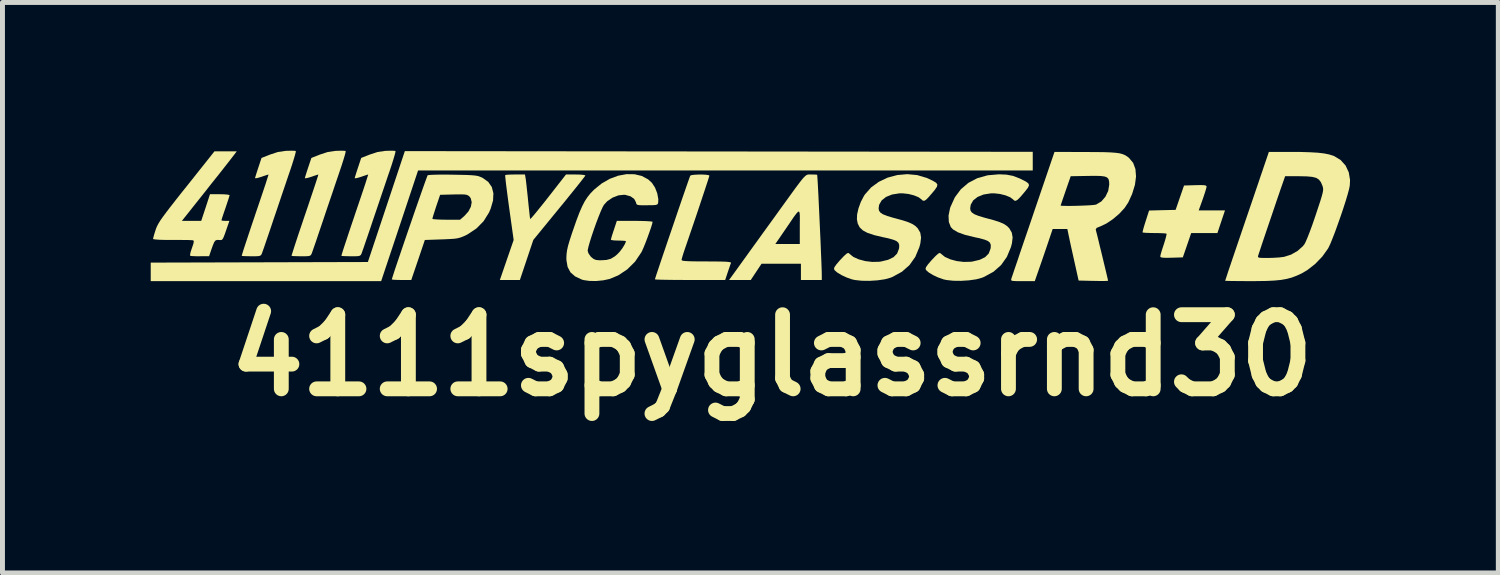
<source format=kicad_pcb>
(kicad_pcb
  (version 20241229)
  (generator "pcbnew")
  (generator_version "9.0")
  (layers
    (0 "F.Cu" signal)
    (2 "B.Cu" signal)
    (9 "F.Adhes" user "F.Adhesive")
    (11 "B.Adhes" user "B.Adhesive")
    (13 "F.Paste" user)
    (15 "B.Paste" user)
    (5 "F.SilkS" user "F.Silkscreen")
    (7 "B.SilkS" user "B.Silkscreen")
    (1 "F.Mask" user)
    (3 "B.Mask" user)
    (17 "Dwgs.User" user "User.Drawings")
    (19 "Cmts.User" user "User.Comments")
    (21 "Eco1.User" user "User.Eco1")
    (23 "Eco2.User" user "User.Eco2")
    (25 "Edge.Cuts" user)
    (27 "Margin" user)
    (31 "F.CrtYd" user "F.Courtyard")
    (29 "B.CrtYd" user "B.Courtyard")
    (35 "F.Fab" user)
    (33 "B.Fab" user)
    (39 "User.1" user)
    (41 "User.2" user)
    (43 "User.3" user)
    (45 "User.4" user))
  (footprint "4111spyglassrnd30"
    (layer "F.Cu")
    (at 12.571 4.14)
    (property "Reference" "4111spyglassrnd30" (at 0 0 0) (layer "F.SilkS") (effects (font (size 1.5 1.5) (thickness 0.3))))
    (attr board_only exclude_from_pos_files exclude_from_bom)
    (fp_poly (pts (xy -1.076 -4.125) (xy 5.277 -4.118) (xy 5.277 -3.929) (xy 5.277 -3.741) (xy -0.942 -3.741) (xy -7.161 -3.741) (xy -7.534 -2.621) (xy -7.908 -1.501) (xy -10.239 -1.501) (xy -12.571 -1.501) (xy -12.571 -1.689) (xy -12.571 -1.876) (xy -10.374 -1.882) (xy -8.177 -1.888) (xy -7.803 -3.01) (xy -7.429 -4.132)) (stroke (width 0) (type solid)) (fill yes) (layer "F.SilkS"))
    (fp_poly (pts (xy -4.985 -3.583) (xy -4.978 -3.533) (xy -4.968 -3.447) (xy -4.956 -3.334) (xy -4.942 -3.206) (xy -4.936 -3.143) (xy -4.923 -3.016) (xy -4.911 -2.906) (xy -4.902 -2.821) (xy -4.895 -2.769) (xy -4.893 -2.758) (xy -4.878 -2.77) (xy -4.838 -2.814) (xy -4.777 -2.887) (xy -4.7 -2.982) (xy -4.609 -3.095) (xy -4.528 -3.198) (xy -4.168 -3.659) (xy -3.972 -3.659) (xy -3.883 -3.657) (xy -3.815 -3.651) (xy -3.779 -3.643) (xy -3.776 -3.64) (xy -3.79 -3.618) (xy -3.831 -3.564) (xy -3.895 -3.482) (xy -3.979 -3.377) (xy -4.079 -3.253) (xy -4.192 -3.113) (xy -4.303 -2.978) (xy -4.829 -2.335) (xy -4.965 -1.93) (xy -5.101 -1.524) (xy -5.304 -1.524) (xy -5.506 -1.524) (xy -5.367 -1.929) (xy -5.227 -2.334) (xy -5.318 -2.985) (xy -5.341 -3.154) (xy -5.361 -3.308) (xy -5.378 -3.44) (xy -5.39 -3.544) (xy -5.397 -3.615) (xy -5.398 -3.647) (xy -5.398 -3.648) (xy -5.371 -3.653) (xy -5.308 -3.657) (xy -5.223 -3.659) (xy -5.192 -3.659) (xy -4.998 -3.659)) (stroke (width 0) (type solid)) (fill yes) (layer "F.SilkS"))
    (fp_poly (pts (xy 8.742 -3.443) (xy 8.779 -3.435) (xy 8.794 -3.422) (xy 8.795 -3.414) (xy 8.787 -3.378) (xy 8.767 -3.31) (xy 8.737 -3.219) (xy 8.715 -3.155) (xy 8.635 -2.932) (xy 8.901 -2.932) (xy 9.167 -2.932) (xy 9.09 -2.703) (xy 9.014 -2.474) (xy 8.749 -2.474) (xy 8.483 -2.474) (xy 8.399 -2.228) (xy 8.314 -1.982) (xy 8.086 -1.975) (xy 7.976 -1.973) (xy 7.906 -1.976) (xy 7.869 -1.984) (xy 7.857 -1.998) (xy 7.857 -2) (xy 7.864 -2.035) (xy 7.883 -2.103) (xy 7.911 -2.191) (xy 7.927 -2.239) (xy 7.956 -2.331) (xy 7.976 -2.405) (xy 7.985 -2.451) (xy 7.984 -2.461) (xy 7.956 -2.467) (xy 7.892 -2.471) (xy 7.803 -2.474) (xy 7.738 -2.474) (xy 7.639 -2.476) (xy 7.56 -2.479) (xy 7.51 -2.484) (xy 7.499 -2.487) (xy 7.503 -2.514) (xy 7.519 -2.575) (xy 7.544 -2.659) (xy 7.562 -2.715) (xy 7.631 -2.93) (xy 7.9 -2.937) (xy 8.168 -2.943) (xy 8.253 -3.19) (xy 8.338 -3.436) (xy 8.566 -3.443) (xy 8.674 -3.445)) (stroke (width 0) (type solid)) (fill yes) (layer "F.SilkS"))
    (fp_poly (pts (xy -9.667 -4.139) (xy -9.635 -4.135) (xy -9.635 -4.135) (xy -9.637 -4.111) (xy -9.652 -4.051) (xy -9.679 -3.96) (xy -9.714 -3.848) (xy -9.748 -3.746) (xy -9.793 -3.616) (xy -9.848 -3.452) (xy -9.911 -3.267) (xy -9.977 -3.071) (xy -10.043 -2.876) (xy -10.088 -2.744) (xy -10.143 -2.579) (xy -10.195 -2.426) (xy -10.241 -2.292) (xy -10.278 -2.183) (xy -10.306 -2.105) (xy -10.32 -2.064) (xy -10.321 -2.063) (xy -10.335 -2.033) (xy -10.357 -2.015) (xy -10.396 -2.007) (xy -10.464 -2.004) (xy -10.533 -2.004) (xy -10.622 -2.006) (xy -10.69 -2.008) (xy -10.727 -2.012) (xy -10.73 -2.013) (xy -10.724 -2.036) (xy -10.705 -2.099) (xy -10.674 -2.196) (xy -10.632 -2.322) (xy -10.582 -2.473) (xy -10.525 -2.644) (xy -10.462 -2.829) (xy -10.459 -2.84) (xy -10.396 -3.025) (xy -10.338 -3.196) (xy -10.287 -3.348) (xy -10.245 -3.474) (xy -10.214 -3.572) (xy -10.194 -3.635) (xy -10.187 -3.659) (xy -10.187 -3.659) (xy -10.212 -3.652) (xy -10.267 -3.634) (xy -10.328 -3.613) (xy -10.397 -3.592) (xy -10.445 -3.582) (xy -10.46 -3.585) (xy -10.453 -3.614) (xy -10.434 -3.675) (xy -10.407 -3.759) (xy -10.394 -3.798) (xy -10.329 -3.994) (xy -10.154 -4.063) (xy -9.998 -4.114) (xy -9.849 -4.136) (xy -9.815 -4.138) (xy -9.731 -4.14)) (stroke (width 0) (type solid)) (fill yes) (layer "F.SilkS"))
    (fp_poly (pts (xy -8.658 -4.139) (xy -8.627 -4.135) (xy -8.626 -4.135) (xy -8.628 -4.111) (xy -8.643 -4.051) (xy -8.67 -3.96) (xy -8.706 -3.848) (xy -8.74 -3.746) (xy -8.784 -3.616) (xy -8.84 -3.452) (xy -8.902 -3.267) (xy -8.969 -3.071) (xy -9.035 -2.876) (xy -9.079 -2.744) (xy -9.135 -2.579) (xy -9.187 -2.426) (xy -9.232 -2.292) (xy -9.27 -2.183) (xy -9.297 -2.105) (xy -9.312 -2.064) (xy -9.312 -2.063) (xy -9.327 -2.033) (xy -9.348 -2.015) (xy -9.388 -2.007) (xy -9.456 -2.004) (xy -9.525 -2.004) (xy -9.614 -2.006) (xy -9.682 -2.008) (xy -9.718 -2.012) (xy -9.721 -2.013) (xy -9.716 -2.036) (xy -9.696 -2.099) (xy -9.665 -2.196) (xy -9.624 -2.322) (xy -9.574 -2.473) (xy -9.516 -2.644) (xy -9.454 -2.829) (xy -9.45 -2.84) (xy -9.387 -3.025) (xy -9.33 -3.196) (xy -9.279 -3.348) (xy -9.237 -3.474) (xy -9.205 -3.572) (xy -9.185 -3.635) (xy -9.179 -3.659) (xy -9.179 -3.659) (xy -9.203 -3.652) (xy -9.259 -3.634) (xy -9.319 -3.613) (xy -9.389 -3.592) (xy -9.437 -3.582) (xy -9.452 -3.585) (xy -9.445 -3.614) (xy -9.426 -3.675) (xy -9.399 -3.759) (xy -9.386 -3.798) (xy -9.32 -3.994) (xy -9.145 -4.063) (xy -8.989 -4.114) (xy -8.84 -4.136) (xy -8.807 -4.138) (xy -8.723 -4.14)) (stroke (width 0) (type solid)) (fill yes) (layer "F.SilkS"))
    (fp_poly (pts (xy -7.65 -4.139) (xy -7.618 -4.135) (xy -7.618 -4.135) (xy -7.62 -4.111) (xy -7.635 -4.051) (xy -7.662 -3.96) (xy -7.697 -3.848) (xy -7.731 -3.746) (xy -7.776 -3.616) (xy -7.831 -3.452) (xy -7.894 -3.267) (xy -7.96 -3.071) (xy -8.026 -2.876) (xy -8.071 -2.744) (xy -8.126 -2.579) (xy -8.178 -2.426) (xy -8.224 -2.292) (xy -8.261 -2.183) (xy -8.289 -2.105) (xy -8.303 -2.064) (xy -8.304 -2.063) (xy -8.318 -2.033) (xy -8.34 -2.015) (xy -8.379 -2.007) (xy -8.447 -2.004) (xy -8.516 -2.004) (xy -8.605 -2.006) (xy -8.673 -2.008) (xy -8.71 -2.012) (xy -8.713 -2.013) (xy -8.707 -2.036) (xy -8.688 -2.099) (xy -8.657 -2.196) (xy -8.615 -2.322) (xy -8.565 -2.473) (xy -8.508 -2.644) (xy -8.445 -2.829) (xy -8.442 -2.84) (xy -8.379 -3.025) (xy -8.321 -3.196) (xy -8.27 -3.348) (xy -8.228 -3.474) (xy -8.197 -3.572) (xy -8.177 -3.635) (xy -8.17 -3.659) (xy -8.17 -3.659) (xy -8.195 -3.652) (xy -8.25 -3.634) (xy -8.311 -3.613) (xy -8.38 -3.592) (xy -8.428 -3.582) (xy -8.443 -3.585) (xy -8.436 -3.614) (xy -8.417 -3.675) (xy -8.39 -3.759) (xy -8.377 -3.798) (xy -8.312 -3.994) (xy -8.137 -4.063) (xy -7.981 -4.114) (xy -7.832 -4.136) (xy -7.798 -4.138) (xy -7.714 -4.14)) (stroke (width 0) (type solid)) (fill yes) (layer "F.SilkS"))
    (fp_poly (pts (xy 0.78 -3.659) (xy 0.799 -3.659) (xy 0.866 -3.658) (xy 0.908 -3.655) (xy 0.915 -3.653) (xy 0.919 -3.602) (xy 0.925 -3.511) (xy 0.932 -3.386) (xy 0.94 -3.233) (xy 0.948 -3.059) (xy 0.957 -2.871) (xy 0.966 -2.674) (xy 0.975 -2.476) (xy 0.984 -2.283) (xy 0.991 -2.101) (xy 0.998 -1.937) (xy 1.003 -1.798) (xy 1.007 -1.688) (xy 1.008 -1.616) (xy 1.008 -1.605) (xy 1.008 -1.524) (xy 0.797 -1.524) (xy 0.586 -1.524) (xy 0.586 -1.689) (xy 0.586 -1.853) (xy 0.188 -1.853) (xy -0.211 -1.853) (xy -0.32 -1.689) (xy -0.429 -1.524) (xy -0.648 -1.524) (xy -0.868 -1.524) (xy -0.559 -1.952) (xy -0.457 -2.094) (xy -0.343 -2.252) (xy 0.068 -2.252) (xy 0.316 -2.252) (xy 0.563 -2.252) (xy 0.563 -2.606) (xy 0.564 -2.732) (xy 0.564 -2.824) (xy 0.559 -2.884) (xy 0.547 -2.91) (xy 0.524 -2.902) (xy 0.486 -2.859) (xy 0.429 -2.781) (xy 0.351 -2.665) (xy 0.273 -2.551) (xy 0.068 -2.252) (xy -0.343 -2.252) (xy -0.335 -2.262) (xy -0.203 -2.446) (xy -0.067 -2.634) (xy 0.065 -2.816) (xy 0.148 -2.932) (xy 0.282 -3.117) (xy 0.391 -3.268) (xy 0.478 -3.388) (xy 0.548 -3.481) (xy 0.601 -3.55) (xy 0.643 -3.599) (xy 0.676 -3.631) (xy 0.703 -3.649) (xy 0.727 -3.658) (xy 0.752 -3.66)) (stroke (width 0) (type solid)) (fill yes) (layer "F.SilkS"))
    (fp_poly (pts (xy -1.407 -3.658) (xy -1.334 -3.654) (xy -1.283 -3.646) (xy -1.266 -3.636) (xy -1.274 -3.609) (xy -1.294 -3.544) (xy -1.326 -3.447) (xy -1.367 -3.322) (xy -1.415 -3.178) (xy -1.468 -3.018) (xy -1.524 -2.851) (xy -1.582 -2.68) (xy -1.639 -2.513) (xy -1.693 -2.355) (xy -1.742 -2.212) (xy -1.756 -2.172) (xy -1.788 -2.077) (xy -1.813 -1.997) (xy -1.827 -1.944) (xy -1.829 -1.931) (xy -1.821 -1.92) (xy -1.793 -1.912) (xy -1.739 -1.907) (xy -1.655 -1.903) (xy -1.536 -1.901) (xy -1.377 -1.9) (xy -1.323 -1.9) (xy -1.15 -1.899) (xy -1.02 -1.897) (xy -0.927 -1.894) (xy -0.867 -1.888) (xy -0.836 -1.881) (xy -0.829 -1.871) (xy -0.829 -1.87) (xy -0.842 -1.835) (xy -0.865 -1.768) (xy -0.893 -1.686) (xy -0.894 -1.683) (xy -0.947 -1.524) (xy -1.658 -1.524) (xy -1.835 -1.525) (xy -1.996 -1.526) (xy -2.136 -1.528) (xy -2.247 -1.53) (xy -2.326 -1.533) (xy -2.365 -1.536) (xy -2.369 -1.537) (xy -2.361 -1.562) (xy -2.341 -1.626) (xy -2.308 -1.724) (xy -2.266 -1.85) (xy -2.216 -1.999) (xy -2.159 -2.166) (xy -2.099 -2.344) (xy -2.035 -2.53) (xy -1.971 -2.718) (xy -1.909 -2.901) (xy -1.849 -3.076) (xy -1.794 -3.236) (xy -1.745 -3.377) (xy -1.705 -3.492) (xy -1.675 -3.577) (xy -1.657 -3.626) (xy -1.653 -3.636) (xy -1.625 -3.647) (xy -1.566 -3.654) (xy -1.489 -3.658)) (stroke (width 0) (type solid)) (fill yes) (layer "F.SilkS"))
    (fp_poly (pts (xy -10.897 -4.04) (xy -10.933 -3.993) (xy -10.997 -3.911) (xy -11.087 -3.796) (xy -11.202 -3.65) (xy -11.341 -3.476) (xy -11.5 -3.274) (xy -11.68 -3.048) (xy -11.814 -2.879) (xy -11.94 -2.721) (xy -11.745 -2.721) (xy -11.549 -2.721) (xy -11.46 -2.99) (xy -11.372 -3.26) (xy -11.174 -3.26) (xy -11.084 -3.258) (xy -11.016 -3.252) (xy -10.979 -3.244) (xy -10.976 -3.24) (xy -10.983 -3.211) (xy -11.003 -3.148) (xy -11.032 -3.06) (xy -11.058 -2.982) (xy -11.092 -2.884) (xy -11.119 -2.803) (xy -11.136 -2.749) (xy -11.14 -2.732) (xy -11.12 -2.724) (xy -11.069 -2.721) (xy -11.06 -2.721) (xy -10.979 -2.721) (xy -11.034 -2.562) (xy -11.07 -2.458) (xy -11.096 -2.391) (xy -11.116 -2.352) (xy -11.136 -2.335) (xy -11.161 -2.332) (xy -11.189 -2.334) (xy -11.231 -2.335) (xy -11.261 -2.323) (xy -11.286 -2.291) (xy -11.312 -2.23) (xy -11.342 -2.147) (xy -11.39 -2.006) (xy -11.568 -2.005) (xy -11.657 -2.005) (xy -11.728 -2.008) (xy -11.767 -2.011) (xy -11.77 -2.012) (xy -11.775 -2.037) (xy -11.762 -2.096) (xy -11.738 -2.169) (xy -11.708 -2.256) (xy -11.699 -2.307) (xy -11.71 -2.327) (xy -11.71 -2.327) (xy -11.742 -2.33) (xy -11.812 -2.333) (xy -11.913 -2.334) (xy -12.035 -2.335) (xy -12.131 -2.335) (xy -12.273 -2.335) (xy -12.389 -2.338) (xy -12.472 -2.344) (xy -12.517 -2.351) (xy -12.524 -2.355) (xy -12.517 -2.387) (xy -12.5 -2.45) (xy -12.474 -2.531) (xy -12.473 -2.536) (xy -12.458 -2.579) (xy -12.438 -2.623) (xy -12.411 -2.673) (xy -12.375 -2.731) (xy -12.325 -2.802) (xy -12.259 -2.891) (xy -12.175 -3.001) (xy -12.068 -3.138) (xy -11.937 -3.304) (xy -11.851 -3.411) (xy -11.281 -4.128) (xy -11.055 -4.128) (xy -10.83 -4.128)) (stroke (width 0) (type solid)) (fill yes) (layer "F.SilkS"))
    (fp_poly (pts (xy -6.5 -3.656) (xy -6.457 -3.655) (xy -6.293 -3.652) (xy -6.167 -3.649) (xy -6.074 -3.644) (xy -6.006 -3.638) (xy -5.954 -3.629) (xy -5.913 -3.616) (xy -5.873 -3.599) (xy -5.851 -3.588) (xy -5.741 -3.509) (xy -5.669 -3.405) (xy -5.637 -3.279) (xy -5.644 -3.133) (xy -5.692 -2.968) (xy -5.726 -2.889) (xy -5.835 -2.714) (xy -5.981 -2.566) (xy -6.16 -2.447) (xy -6.184 -2.435) (xy -6.248 -2.405) (xy -6.303 -2.384) (xy -6.359 -2.369) (xy -6.428 -2.359) (xy -6.519 -2.353) (xy -6.644 -2.347) (xy -6.682 -2.346) (xy -7.024 -2.334) (xy -7.161 -1.929) (xy -7.299 -1.524) (xy -7.496 -1.524) (xy -7.585 -1.526) (xy -7.653 -1.529) (xy -7.69 -1.534) (xy -7.693 -1.536) (xy -7.685 -1.563) (xy -7.664 -1.629) (xy -7.632 -1.729) (xy -7.589 -1.856) (xy -7.538 -2.006) (xy -7.481 -2.174) (xy -7.42 -2.353) (xy -7.356 -2.54) (xy -7.291 -2.728) (xy -7.279 -2.763) (xy -6.872 -2.763) (xy -6.85 -2.755) (xy -6.79 -2.75) (xy -6.702 -2.746) (xy -6.593 -2.744) (xy -6.591 -2.744) (xy -6.311 -2.744) (xy -6.224 -2.82) (xy -6.143 -2.91) (xy -6.093 -3.006) (xy -6.076 -3.098) (xy -6.096 -3.179) (xy -6.122 -3.214) (xy -6.147 -3.234) (xy -6.178 -3.248) (xy -6.225 -3.255) (xy -6.297 -3.257) (xy -6.404 -3.256) (xy -6.442 -3.255) (xy -6.715 -3.248) (xy -6.794 -3.015) (xy -6.826 -2.916) (xy -6.852 -2.835) (xy -6.868 -2.78) (xy -6.872 -2.763) (xy -7.279 -2.763) (xy -7.228 -2.912) (xy -7.167 -3.086) (xy -7.111 -3.246) (xy -7.062 -3.386) (xy -7.021 -3.501) (xy -6.99 -3.585) (xy -6.972 -3.633) (xy -6.968 -3.643) (xy -6.939 -3.649) (xy -6.871 -3.653) (xy -6.77 -3.656) (xy -6.644 -3.657)) (stroke (width 0) (type solid)) (fill yes) (layer "F.SilkS"))
    (fp_poly (pts (xy 4.747 -3.656) (xy 4.876 -3.631) (xy 5.005 -3.582) (xy 5.054 -3.559) (xy 5.14 -3.515) (xy 5.188 -3.479) (xy 5.202 -3.442) (xy 5.181 -3.393) (xy 5.128 -3.324) (xy 5.094 -3.283) (xy 5.021 -3.198) (xy 4.969 -3.147) (xy 4.932 -3.126) (xy 4.904 -3.131) (xy 4.879 -3.154) (xy 4.819 -3.199) (xy 4.726 -3.237) (xy 4.615 -3.265) (xy 4.499 -3.278) (xy 4.433 -3.278) (xy 4.282 -3.254) (xy 4.161 -3.205) (xy 4.072 -3.135) (xy 4.022 -3.047) (xy 4.011 -2.976) (xy 4.018 -2.928) (xy 4.046 -2.889) (xy 4.1 -2.853) (xy 4.186 -2.819) (xy 4.311 -2.782) (xy 4.353 -2.771) (xy 4.503 -2.73) (xy 4.614 -2.693) (xy 4.695 -2.657) (xy 4.754 -2.618) (xy 4.799 -2.574) (xy 4.805 -2.566) (xy 4.853 -2.482) (xy 4.87 -2.384) (xy 4.856 -2.266) (xy 4.835 -2.187) (xy 4.753 -1.991) (xy 4.636 -1.826) (xy 4.484 -1.692) (xy 4.296 -1.589) (xy 4.251 -1.57) (xy 4.133 -1.538) (xy 3.986 -1.517) (xy 3.825 -1.507) (xy 3.668 -1.509) (xy 3.53 -1.524) (xy 3.472 -1.537) (xy 3.363 -1.575) (xy 3.259 -1.624) (xy 3.172 -1.677) (xy 3.121 -1.722) (xy 3.107 -1.75) (xy 3.118 -1.785) (xy 3.157 -1.84) (xy 3.162 -1.846) (xy 3.226 -1.921) (xy 3.297 -1.996) (xy 3.313 -2.012) (xy 3.363 -2.057) (xy 3.393 -2.072) (xy 3.415 -2.062) (xy 3.425 -2.051) (xy 3.5 -1.991) (xy 3.609 -1.942) (xy 3.74 -1.907) (xy 3.88 -1.89) (xy 4.018 -1.893) (xy 4.054 -1.897) (xy 4.204 -1.933) (xy 4.313 -1.986) (xy 4.385 -2.059) (xy 4.422 -2.155) (xy 4.426 -2.177) (xy 4.428 -2.233) (xy 4.412 -2.277) (xy 4.373 -2.311) (xy 4.305 -2.34) (xy 4.201 -2.369) (xy 4.092 -2.392) (xy 3.905 -2.438) (xy 3.763 -2.489) (xy 3.666 -2.546) (xy 3.619 -2.595) (xy 3.579 -2.698) (xy 3.573 -2.827) (xy 3.603 -2.976) (xy 3.611 -3) (xy 3.7 -3.196) (xy 3.822 -3.36) (xy 3.975 -3.49) (xy 4.157 -3.585) (xy 4.365 -3.643) (xy 4.595 -3.663)) (stroke (width 0) (type solid)) (fill yes) (layer "F.SilkS"))
    (fp_poly (pts (xy 2.939 -3.647) (xy 3.131 -3.59) (xy 3.159 -3.578) (xy 3.261 -3.529) (xy 3.323 -3.491) (xy 3.348 -3.454) (xy 3.337 -3.409) (xy 3.294 -3.346) (xy 3.241 -3.283) (xy 3.168 -3.198) (xy 3.117 -3.147) (xy 3.08 -3.126) (xy 3.051 -3.131) (xy 3.026 -3.154) (xy 2.966 -3.199) (xy 2.873 -3.237) (xy 2.762 -3.265) (xy 2.646 -3.278) (xy 2.58 -3.278) (xy 2.43 -3.254) (xy 2.308 -3.205) (xy 2.22 -3.135) (xy 2.169 -3.047) (xy 2.158 -2.976) (xy 2.166 -2.928) (xy 2.193 -2.889) (xy 2.247 -2.853) (xy 2.334 -2.819) (xy 2.458 -2.782) (xy 2.5 -2.771) (xy 2.65 -2.73) (xy 2.761 -2.693) (xy 2.842 -2.657) (xy 2.901 -2.618) (xy 2.946 -2.574) (xy 2.952 -2.566) (xy 3.001 -2.482) (xy 3.017 -2.384) (xy 3.003 -2.266) (xy 2.982 -2.187) (xy 2.9 -1.991) (xy 2.783 -1.826) (xy 2.631 -1.692) (xy 2.444 -1.589) (xy 2.398 -1.57) (xy 2.28 -1.538) (xy 2.133 -1.517) (xy 1.973 -1.507) (xy 1.815 -1.509) (xy 1.678 -1.524) (xy 1.619 -1.537) (xy 1.511 -1.575) (xy 1.406 -1.624) (xy 1.319 -1.677) (xy 1.268 -1.722) (xy 1.255 -1.75) (xy 1.265 -1.785) (xy 1.304 -1.84) (xy 1.309 -1.846) (xy 1.373 -1.921) (xy 1.444 -1.996) (xy 1.46 -2.012) (xy 1.51 -2.057) (xy 1.54 -2.072) (xy 1.563 -2.062) (xy 1.572 -2.051) (xy 1.647 -1.991) (xy 1.756 -1.942) (xy 1.887 -1.907) (xy 2.027 -1.89) (xy 2.165 -1.893) (xy 2.201 -1.897) (xy 2.351 -1.933) (xy 2.46 -1.986) (xy 2.532 -2.059) (xy 2.569 -2.155) (xy 2.573 -2.177) (xy 2.575 -2.233) (xy 2.559 -2.277) (xy 2.521 -2.311) (xy 2.452 -2.34) (xy 2.348 -2.369) (xy 2.239 -2.392) (xy 2.066 -2.433) (xy 1.934 -2.477) (xy 1.839 -2.528) (xy 1.775 -2.589) (xy 1.736 -2.665) (xy 1.719 -2.75) (xy 1.723 -2.852) (xy 1.751 -2.975) (xy 1.798 -3.104) (xy 1.86 -3.223) (xy 1.879 -3.253) (xy 2.005 -3.396) (xy 2.162 -3.511) (xy 2.342 -3.596) (xy 2.537 -3.648) (xy 2.738 -3.666)) (stroke (width 0) (type solid)) (fill yes) (layer "F.SilkS"))
    (fp_poly (pts (xy 6.347 -4.114) (xy 6.555 -4.113) (xy 6.723 -4.111) (xy 6.855 -4.106) (xy 6.958 -4.098) (xy 7.037 -4.087) (xy 7.099 -4.07) (xy 7.149 -4.048) (xy 7.193 -4.02) (xy 7.227 -3.992) (xy 7.309 -3.894) (xy 7.355 -3.768) (xy 7.367 -3.619) (xy 7.345 -3.45) (xy 7.288 -3.265) (xy 7.211 -3.095) (xy 7.135 -2.981) (xy 7.027 -2.864) (xy 6.9 -2.756) (xy 6.767 -2.667) (xy 6.641 -2.607) (xy 6.631 -2.604) (xy 6.571 -2.579) (xy 6.552 -2.551) (xy 6.554 -2.537) (xy 6.562 -2.503) (xy 6.58 -2.433) (xy 6.604 -2.336) (xy 6.632 -2.218) (xy 6.664 -2.089) (xy 6.696 -1.956) (xy 6.727 -1.827) (xy 6.755 -1.71) (xy 6.778 -1.613) (xy 6.794 -1.544) (xy 6.801 -1.511) (xy 6.801 -1.509) (xy 6.78 -1.506) (xy 6.719 -1.504) (xy 6.63 -1.504) (xy 6.52 -1.506) (xy 6.503 -1.506) (xy 6.205 -1.513) (xy 6.119 -1.9) (xy 6.088 -2.04) (xy 6.058 -2.175) (xy 6.032 -2.294) (xy 6.013 -2.385) (xy 6.005 -2.422) (xy 5.977 -2.556) (xy 5.829 -2.556) (xy 5.68 -2.556) (xy 5.599 -2.316) (xy 5.557 -2.192) (xy 5.507 -2.045) (xy 5.455 -1.894) (xy 5.418 -1.788) (xy 5.318 -1.501) (xy 5.073 -1.501) (xy 4.964 -1.501) (xy 4.894 -1.504) (xy 4.855 -1.509) (xy 4.84 -1.521) (xy 4.841 -1.54) (xy 4.845 -1.554) (xy 4.855 -1.585) (xy 4.88 -1.657) (xy 4.916 -1.765) (xy 4.964 -1.904) (xy 5.02 -2.072) (xy 5.085 -2.263) (xy 5.157 -2.473) (xy 5.234 -2.698) (xy 5.289 -2.861) (xy 5.347 -3.031) (xy 5.841 -3.031) (xy 5.862 -3.026) (xy 5.92 -3.024) (xy 6.005 -3.023) (xy 6.108 -3.024) (xy 6.219 -3.027) (xy 6.329 -3.031) (xy 6.428 -3.036) (xy 6.506 -3.042) (xy 6.553 -3.049) (xy 6.56 -3.051) (xy 6.664 -3.113) (xy 6.748 -3.21) (xy 6.804 -3.327) (xy 6.825 -3.454) (xy 6.825 -3.455) (xy 6.822 -3.519) (xy 6.81 -3.566) (xy 6.781 -3.599) (xy 6.731 -3.619) (xy 6.652 -3.629) (xy 6.538 -3.632) (xy 6.391 -3.63) (xy 6.045 -3.624) (xy 5.943 -3.33) (xy 5.906 -3.222) (xy 5.874 -3.13) (xy 5.852 -3.064) (xy 5.841 -3.033) (xy 5.841 -3.031) (xy 5.347 -3.031) (xy 5.717 -4.116)) (stroke (width 0) (type solid)) (fill yes) (layer "F.SilkS"))
    (fp_poly (pts (xy -2.78 -3.664) (xy -2.633 -3.629) (xy -2.505 -3.56) (xy -2.429 -3.49) (xy -2.366 -3.393) (xy -2.321 -3.277) (xy -2.3 -3.161) (xy -2.302 -3.096) (xy -2.308 -3.069) (xy -2.322 -3.052) (xy -2.355 -3.042) (xy -2.414 -3.038) (xy -2.51 -3.037) (xy -2.525 -3.036) (xy -2.626 -3.036) (xy -2.69 -3.039) (xy -2.726 -3.047) (xy -2.743 -3.062) (xy -2.751 -3.089) (xy -2.752 -3.097) (xy -2.789 -3.166) (xy -2.862 -3.217) (xy -2.965 -3.246) (xy -2.991 -3.249) (xy -3.106 -3.237) (xy -3.225 -3.191) (xy -3.333 -3.118) (xy -3.401 -3.044) (xy -3.429 -2.993) (xy -3.467 -2.908) (xy -3.511 -2.798) (xy -3.559 -2.672) (xy -3.606 -2.539) (xy -3.65 -2.409) (xy -3.687 -2.291) (xy -3.714 -2.195) (xy -3.728 -2.129) (xy -3.729 -2.115) (xy -3.713 -2.064) (xy -3.673 -2.005) (xy -3.661 -1.992) (xy -3.612 -1.951) (xy -3.562 -1.93) (xy -3.491 -1.923) (xy -3.463 -1.923) (xy -3.349 -1.93) (xy -3.262 -1.953) (xy -3.182 -2.001) (xy -3.132 -2.043) (xy -3.08 -2.097) (xy -3.027 -2.167) (xy -2.984 -2.237) (xy -2.958 -2.293) (xy -2.955 -2.309) (xy -2.977 -2.316) (xy -3.033 -2.32) (xy -3.108 -2.322) (xy -3.185 -2.324) (xy -3.24 -2.331) (xy -3.26 -2.339) (xy -3.253 -2.368) (xy -3.235 -2.43) (xy -3.208 -2.513) (xy -3.199 -2.539) (xy -3.139 -2.721) (xy -2.777 -2.721) (xy -2.653 -2.719) (xy -2.547 -2.716) (xy -2.468 -2.711) (xy -2.423 -2.705) (xy -2.416 -2.702) (xy -2.424 -2.661) (xy -2.446 -2.588) (xy -2.479 -2.494) (xy -2.517 -2.388) (xy -2.557 -2.282) (xy -2.596 -2.186) (xy -2.629 -2.111) (xy -2.643 -2.084) (xy -2.77 -1.896) (xy -2.927 -1.74) (xy -3.11 -1.618) (xy -3.286 -1.545) (xy -3.411 -1.518) (xy -3.552 -1.504) (xy -3.69 -1.505) (xy -3.809 -1.522) (xy -3.849 -1.533) (xy -3.984 -1.597) (xy -4.078 -1.68) (xy -4.135 -1.787) (xy -4.159 -1.924) (xy -4.16 -1.982) (xy -4.156 -2.054) (xy -4.146 -2.127) (xy -4.127 -2.213) (xy -4.096 -2.319) (xy -4.052 -2.455) (xy -4.025 -2.533) (xy -3.957 -2.729) (xy -3.897 -2.887) (xy -3.842 -3.013) (xy -3.789 -3.116) (xy -3.733 -3.202) (xy -3.672 -3.278) (xy -3.601 -3.351) (xy -3.598 -3.354) (xy -3.445 -3.478) (xy -3.281 -3.572) (xy -3.111 -3.635) (xy -2.942 -3.666)) (stroke (width 0) (type solid)) (fill yes) (layer "F.SilkS"))
    (fp_poly (pts (xy 10.697 -4.115) (xy 10.89 -4.109) (xy 11.046 -4.1) (xy 11.173 -4.085) (xy 11.274 -4.065) (xy 11.356 -4.039) (xy 11.375 -4.032) (xy 11.508 -3.951) (xy 11.608 -3.839) (xy 11.672 -3.702) (xy 11.698 -3.545) (xy 11.692 -3.435) (xy 11.678 -3.363) (xy 11.649 -3.256) (xy 11.609 -3.122) (xy 11.56 -2.97) (xy 11.506 -2.81) (xy 11.449 -2.649) (xy 11.394 -2.496) (xy 11.341 -2.36) (xy 11.296 -2.25) (xy 11.259 -2.173) (xy 11.253 -2.162) (xy 11.136 -1.998) (xy 10.99 -1.847) (xy 10.829 -1.722) (xy 10.716 -1.656) (xy 10.615 -1.61) (xy 10.517 -1.573) (xy 10.415 -1.546) (xy 10.302 -1.526) (xy 10.168 -1.513) (xy 10.008 -1.505) (xy 9.812 -1.502) (xy 9.692 -1.501) (xy 9.541 -1.502) (xy 9.408 -1.503) (xy 9.298 -1.504) (xy 9.218 -1.506) (xy 9.176 -1.508) (xy 9.17 -1.509) (xy 9.178 -1.532) (xy 9.199 -1.595) (xy 9.231 -1.694) (xy 9.275 -1.823) (xy 9.327 -1.978) (xy 9.334 -1.998) (xy 9.834 -1.998) (xy 9.841 -1.982) (xy 9.869 -1.974) (xy 9.926 -1.971) (xy 10.021 -1.97) (xy 10.033 -1.97) (xy 10.147 -1.973) (xy 10.26 -1.98) (xy 10.351 -1.991) (xy 10.367 -1.994) (xy 10.503 -2.037) (xy 10.633 -2.111) (xy 10.739 -2.204) (xy 10.774 -2.247) (xy 10.799 -2.295) (xy 10.835 -2.379) (xy 10.88 -2.493) (xy 10.93 -2.628) (xy 10.981 -2.776) (xy 11.002 -2.838) (xy 11.056 -3.001) (xy 11.097 -3.125) (xy 11.125 -3.218) (xy 11.143 -3.286) (xy 11.152 -3.335) (xy 11.153 -3.371) (xy 11.148 -3.402) (xy 11.138 -3.433) (xy 11.138 -3.433) (xy 11.107 -3.505) (xy 11.067 -3.556) (xy 11.012 -3.591) (xy 10.932 -3.611) (xy 10.821 -3.621) (xy 10.679 -3.624) (xy 10.384 -3.624) (xy 10.318 -3.435) (xy 10.294 -3.367) (xy 10.26 -3.266) (xy 10.216 -3.139) (xy 10.167 -2.994) (xy 10.114 -2.837) (xy 10.059 -2.676) (xy 10.005 -2.517) (xy 9.955 -2.369) (xy 9.911 -2.238) (xy 9.876 -2.131) (xy 9.851 -2.056) (xy 9.84 -2.023) (xy 9.834 -1.998) (xy 9.334 -1.998) (xy 9.387 -2.154) (xy 9.453 -2.348) (xy 9.497 -2.477) (xy 9.571 -2.695) (xy 9.645 -2.912) (xy 9.717 -3.122) (xy 9.783 -3.317) (xy 9.843 -3.492) (xy 9.892 -3.638) (xy 9.93 -3.748) (xy 9.939 -3.776) (xy 10.055 -4.116) (xy 10.463 -4.116)) (stroke (width 0) (type solid)) (fill yes) (layer "F.SilkS")))
  (gr_rect
    (start -3 -3)
    (end 27.269 8.544)
    (stroke (width 0.1) (type default))
    (fill no)
    (layer "Edge.Cuts")))
</source>
